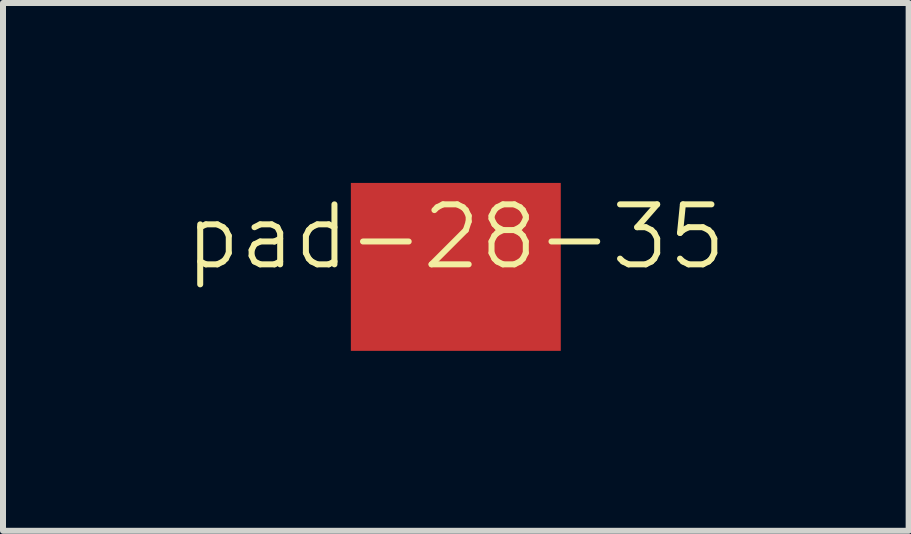
<source format=kicad_pcb>
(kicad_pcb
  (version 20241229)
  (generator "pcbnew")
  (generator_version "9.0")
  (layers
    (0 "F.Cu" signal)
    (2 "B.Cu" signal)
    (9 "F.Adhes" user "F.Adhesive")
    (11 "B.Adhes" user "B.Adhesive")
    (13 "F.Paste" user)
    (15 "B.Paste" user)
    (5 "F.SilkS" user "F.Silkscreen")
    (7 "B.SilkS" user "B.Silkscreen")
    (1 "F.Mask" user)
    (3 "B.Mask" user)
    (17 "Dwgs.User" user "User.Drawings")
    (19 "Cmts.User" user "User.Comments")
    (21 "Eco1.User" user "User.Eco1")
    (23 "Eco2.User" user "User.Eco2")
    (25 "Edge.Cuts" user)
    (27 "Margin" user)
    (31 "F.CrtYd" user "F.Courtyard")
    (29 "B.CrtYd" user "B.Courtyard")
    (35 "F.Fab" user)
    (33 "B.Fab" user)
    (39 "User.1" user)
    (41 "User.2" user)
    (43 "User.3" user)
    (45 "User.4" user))
  (footprint "pad-28-35"
    (layer "F.Cu")
    (at 4.55 1.4)
    (property "Reference" "pad-28-35" (at 0 -0.5 0) (unlocked yes) (layer "F.SilkS") (effects (font (size 1 1) (thickness 0.1))))
    (attr smd)
    (pad "1" smd rect (at 0 0) (size 3.5 2.8) (layers "F.Cu" "F.Mask" "F.Paste")))
  (gr_rect
    (start -3 -3)
    (end 12.1 5.8)
    (stroke (width 0.1) (type default))
    (fill no)
    (layer "Edge.Cuts")))
</source>
